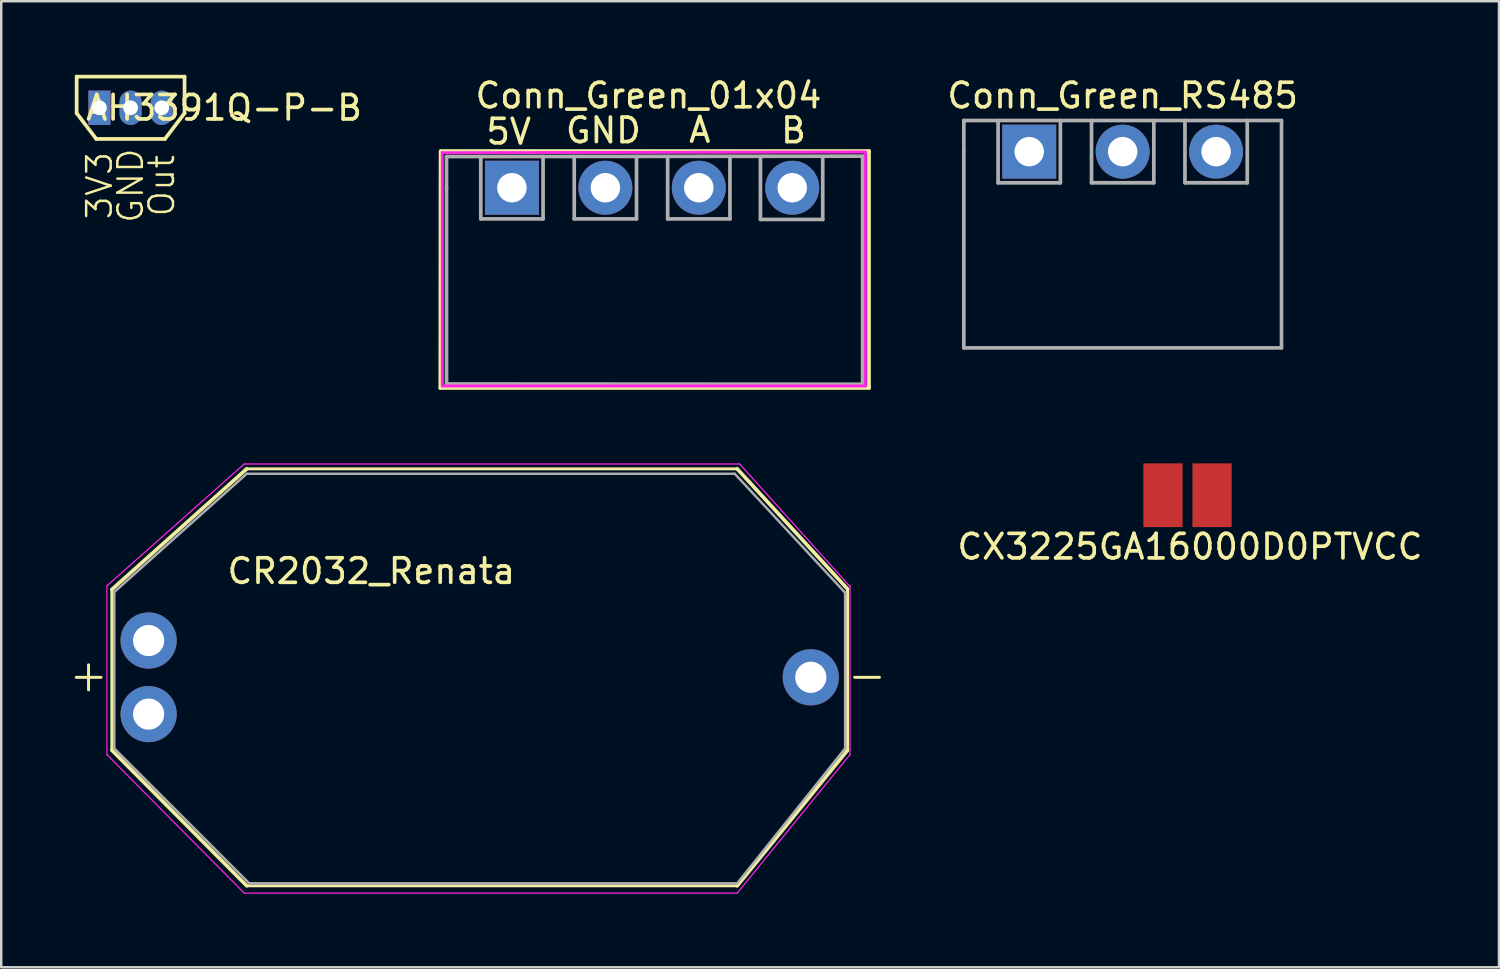
<source format=kicad_pcb>
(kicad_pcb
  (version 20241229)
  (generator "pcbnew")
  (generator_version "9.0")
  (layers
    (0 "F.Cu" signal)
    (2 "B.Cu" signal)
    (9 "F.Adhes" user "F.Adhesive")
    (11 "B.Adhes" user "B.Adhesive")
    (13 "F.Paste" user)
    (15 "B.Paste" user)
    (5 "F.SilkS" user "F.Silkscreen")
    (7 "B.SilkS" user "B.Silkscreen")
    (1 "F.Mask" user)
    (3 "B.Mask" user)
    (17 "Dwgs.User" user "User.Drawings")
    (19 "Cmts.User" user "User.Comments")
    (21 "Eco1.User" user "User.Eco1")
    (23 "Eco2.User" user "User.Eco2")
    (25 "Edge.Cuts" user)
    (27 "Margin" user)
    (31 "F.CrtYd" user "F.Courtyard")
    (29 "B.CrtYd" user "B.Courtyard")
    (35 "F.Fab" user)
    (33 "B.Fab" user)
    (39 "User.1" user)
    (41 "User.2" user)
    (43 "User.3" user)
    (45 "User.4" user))
  (footprint "CX3225GA16000D0PTVCC"
    (layer "F.Cu")
    (at 45.371 17.143)
    (property "Reference" "CX3225GA16000D0PTVCC" (at 0.1 2.1 0) (layer "F.SilkS") (effects (font (size 1 1) (thickness 0.15))))
    (attr through_hole)
    (pad "1" smd rect (at -1 0) (size 1.6 2.6) (layers "F.Cu" "F.Mask" "F.Paste"))
    (pad "2" smd rect (at 1 0) (size 1.6 2.6) (layers "F.Cu" "F.Mask" "F.Paste")))
  (footprint "Conn_Green_01x04"
    (layer "F.Cu")
    (at 21.634 4.478)
    (property "Reference" "Conn_Green_01x04" (at 1.76 -3.63 0) (layer "F.SilkS") (effects (font (size 1 1) (thickness 0.15))))
    (attr through_hole)
    (fp_line (start -6.73 8.29) (end -6.72 -1.36) (stroke (width 0.15) (type solid)) (layer "F.SilkS"))
    (fp_line (start -6.71 -1.37) (end 10.75 -1.37) (stroke (width 0.15) (type solid)) (layer "F.SilkS"))
    (fp_line (start 10.75 -1.37) (end 10.75 8.29) (stroke (width 0.15) (type solid)) (layer "F.SilkS"))
    (fp_line (start 10.75 8.29) (end -6.73 8.29) (stroke (width 0.15) (type solid)) (layer "F.SilkS"))
    (fp_line (start -6.65 -1.3) (end 10.6 -1.33) (stroke (width 0.12) (type solid)) (layer "F.CrtYd"))
    (fp_line (start -6.65 8.21) (end -6.65 -1.3) (stroke (width 0.12) (type solid)) (layer "F.CrtYd"))
    (fp_line (start 10.6 -1.32) (end 10.6 8.21) (stroke (width 0.12) (type solid)) (layer "F.CrtYd"))
    (fp_line (start 10.6 8.21) (end -6.65 8.21) (stroke (width 0.12) (type solid)) (layer "F.CrtYd"))
    (fp_line (start -6.477 -1.143) (end 10.49 -1.16) (stroke (width 0.15) (type solid)) (layer "F.Fab"))
    (fp_line (start -6.477 0.127) (end -6.477 -1.143) (stroke (width 0.15) (type solid)) (layer "F.Fab"))
    (fp_line (start -6.477 0.127) (end -6.477 8.128) (stroke (width 0.15) (type solid)) (layer "F.Fab"))
    (fp_line (start -5.08 -1.143) (end -5.08 1.397) (stroke (width 0.15) (type solid)) (layer "F.Fab"))
    (fp_line (start -5.08 1.397) (end -2.54 1.397) (stroke (width 0.15) (type solid)) (layer "F.Fab"))
    (fp_line (start -2.54 1.397) (end -2.54 -1.143) (stroke (width 0.15) (type solid)) (layer "F.Fab"))
    (fp_line (start -1.27 -1.143) (end -1.27 1.397) (stroke (width 0.15) (type solid)) (layer "F.Fab"))
    (fp_line (start -1.27 1.397) (end 1.27 1.397) (stroke (width 0.15) (type solid)) (layer "F.Fab"))
    (fp_line (start 1.27 1.397) (end 1.27 -1.143) (stroke (width 0.15) (type solid)) (layer "F.Fab"))
    (fp_line (start 2.54 -1.143) (end 2.54 1.397) (stroke (width 0.15) (type solid)) (layer "F.Fab"))
    (fp_line (start 2.54 1.397) (end 5.08 1.397) (stroke (width 0.15) (type solid)) (layer "F.Fab"))
    (fp_line (start 5.08 1.397) (end 5.08 -1.143) (stroke (width 0.15) (type solid)) (layer "F.Fab"))
    (fp_line (start 6.323 -1.12) (end 6.323 1.42) (stroke (width 0.15) (type solid)) (layer "F.Fab"))
    (fp_line (start 6.323 1.42) (end 8.863 1.42) (stroke (width 0.15) (type solid)) (layer "F.Fab"))
    (fp_line (start 8.863 1.42) (end 8.863 -1.12) (stroke (width 0.15) (type solid)) (layer "F.Fab"))
    (fp_line (start 10.48 8.14) (end -6.477 8.128) (stroke (width 0.15) (type solid)) (layer "F.Fab"))
    (fp_line (start 10.49 -1.161) (end 10.49 8.11) (stroke (width 0.15) (type solid)) (layer "F.Fab"))
    (fp_text user "5V" (at -3.94 -2.16 0) (layer "F.SilkS") (effects (font (size 1 1) (thickness 0.15))))
    (fp_text user "A" (at 3.85 -2.23 0) (layer "F.SilkS") (effects (font (size 1 1) (thickness 0.15))))
    (fp_text user "GND" (at -0.08 -2.21 0) (layer "F.SilkS") (effects (font (size 1 1) (thickness 0.15))))
    (fp_text user "B" (at 7.67 -2.21 0) (layer "F.SilkS") (effects (font (size 1 1) (thickness 0.15))))
    (pad "1" thru_hole rect (at -3.81 0.127) (size 2.2 2.2) (drill 1.2) (layers "*.Cu" "*.Mask"))
    (pad "2" thru_hole circle (at 0 0.127) (size 2.2 2.2) (drill 1.2) (layers "*.Cu" "*.Mask"))
    (pad "3" thru_hole circle (at 3.81 0.127) (size 2.2 2.2) (drill 1.2) (layers "*.Cu" "*.Mask"))
    (pad "4" thru_hole circle (at 7.62 0.127) (size 2.2 2.2) (drill 1.2) (layers "*.Cu" "*.Mask")))
  (footprint "CR2032_Renata"
    (layer "F.Cu")
    (at 7.01 26.068)
    (property "Reference" "CR2032_Renata" (at 5.08 -5.83 0) (layer "F.SilkS") (effects (font (size 1 1) (thickness 0.15))))
    (attr through_hole)
    (fp_line (start -6.95 -1.5) (end -5.94 -1.5) (stroke (width 0.12) (type solid)) (layer "F.SilkS"))
    (fp_line (start -6.45 -0.99) (end -6.45 -2.01) (stroke (width 0.12) (type solid)) (layer "F.SilkS"))
    (fp_line (start -5.5 -5.08) (end 0 -10) (stroke (width 0.15) (type solid)) (layer "F.SilkS"))
    (fp_line (start -5.5 1.47) (end -5.5 -5.08) (stroke (width 0.12) (type solid)) (layer "F.SilkS"))
    (fp_line (start 0 7) (end -5.5 1.47) (stroke (width 0.15) (type solid)) (layer "F.SilkS"))
    (fp_line (start 20 -10) (end 0 -10) (stroke (width 0.12) (type solid)) (layer "F.SilkS"))
    (fp_line (start 20 -10) (end 24.5 -5.1) (stroke (width 0.15) (type solid)) (layer "F.SilkS"))
    (fp_line (start 20 7) (end 0 7) (stroke (width 0.12) (type solid)) (layer "F.SilkS"))
    (fp_line (start 20 7) (end 24.5 1.47) (stroke (width 0.15) (type solid)) (layer "F.SilkS"))
    (fp_line (start 24.5 -5.08) (end 24.5 1.47) (stroke (width 0.12) (type solid)) (layer "F.SilkS"))
    (fp_line (start 24.79 -1.5) (end 25.8 -1.5) (stroke (width 0.12) (type solid)) (layer "F.SilkS"))
    (fp_line (start -5.7 -5.23) (end -5.7 1.65) (stroke (width 0.05) (type solid)) (layer "F.CrtYd"))
    (fp_line (start -5.7 -5.23) (end -0.1 -10.2) (stroke (width 0.05) (type solid)) (layer "F.CrtYd"))
    (fp_line (start -0.1 -10.2) (end 20.1 -10.2) (stroke (width 0.05) (type solid)) (layer "F.CrtYd"))
    (fp_line (start -0.1 7.3) (end -5.7 1.65) (stroke (width 0.05) (type solid)) (layer "F.CrtYd"))
    (fp_line (start 20 7.3) (end -0.1 7.3) (stroke (width 0.05) (type solid)) (layer "F.CrtYd"))
    (fp_line (start 20.1 -10.2) (end 24.6 -5.2) (stroke (width 0.05) (type solid)) (layer "F.CrtYd"))
    (fp_line (start 24.6 1.65) (end 20 7.3) (stroke (width 0.05) (type solid)) (layer "F.CrtYd"))
    (fp_line (start 24.6 1.65) (end 24.6 -5.23) (stroke (width 0.05) (type solid)) (layer "F.CrtYd"))
    (fp_line (start -5.4 -4.98) (end 0 -9.8) (stroke (width 0.1) (type solid)) (layer "F.Fab"))
    (fp_line (start -5.4 -4.95) (end -5.4 1.4) (stroke (width 0.1) (type solid)) (layer "F.Fab"))
    (fp_line (start -5.4 1.4) (end 0.1 6.9) (stroke (width 0.1) (type solid)) (layer "F.Fab"))
    (fp_line (start 0 -9.8) (end 19.9 -9.8) (stroke (width 0.1) (type solid)) (layer "F.Fab"))
    (fp_line (start 0.1 6.9) (end 20 6.9) (stroke (width 0.1) (type solid)) (layer "F.Fab"))
    (fp_line (start 19.9 -9.8) (end 24.4 -4.95) (stroke (width 0.1) (type solid)) (layer "F.Fab"))
    (fp_line (start 20 6.9) (end 24.4 1.4) (stroke (width 0.1) (type solid)) (layer "F.Fab"))
    (fp_line (start 24.4 1.4) (end 24.4 -4.95) (stroke (width 0.1) (type solid)) (layer "F.Fab"))
    (pad "1" thru_hole circle (at -4 -3) (size 2.29 2.29) (drill 1.27) (layers "*.Cu" "*.Mask"))
    (pad "1" thru_hole circle (at -4 0) (size 2.29 2.29) (drill 1.27) (layers "*.Cu" "*.Mask"))
    (pad "2" thru_hole circle (at 23 -1.5) (size 2.29 2.29) (drill 1.27) (layers "*.Cu" "*.Mask")))
  (footprint "AH3391Q-P-B"
    (layer "F.Cu")
    (at 2.275 1.345)
    (property "Reference" "AH3391Q-P-B" (at 3.81 0 0) (layer "F.SilkS") (effects (font (size 1 1) (thickness 0.15))))
    (attr through_hole)
    (fp_line (start -2.2 -1.27) (end 2.2 -1.27) (stroke (width 0.15) (type solid)) (layer "F.SilkS"))
    (fp_line (start -2.2 0.22) (end -2.2 -1.27) (stroke (width 0.15) (type solid)) (layer "F.SilkS"))
    (fp_line (start -2.2 0.22) (end -1.4 1.27) (stroke (width 0.15) (type solid)) (layer "F.SilkS"))
    (fp_line (start -1.4 1.27) (end 1.4 1.27) (stroke (width 0.15) (type solid)) (layer "F.SilkS"))
    (fp_line (start 2.2 0.22) (end 1.4 1.27) (stroke (width 0.15) (type solid)) (layer "F.SilkS"))
    (fp_line (start 2.2 0.22) (end 2.2 -1.27) (stroke (width 0.15) (type solid)) (layer "F.SilkS"))
    (fp_text user "Out" (at 1.27 3.175 90) (layer "F.SilkS") (effects (font (size 1 1) (thickness 0.1))))
    (fp_text user "GND" (at 0 3.175 90) (layer "F.SilkS") (effects (font (size 1 1) (thickness 0.1))))
    (fp_text user "3V3" (at -1.27 3.175 90) (layer "F.SilkS") (effects (font (size 1 1) (thickness 0.1))))
    (pad "1" thru_hole rect (at -1.27 0) (size 0.9 1.4) (drill 0.6) (layers "*.Cu" "*.Mask"))
    (pad "2" thru_hole oval (at 0 0) (size 0.9 1.4) (drill 0.6) (layers "*.Cu" "*.Mask"))
    (pad "3" thru_hole oval (at 1.27 0) (size 0.9 1.4) (drill 0.6) (layers "*.Cu" "*.Mask")))
  (footprint "Conn_Green_RS485"
    (layer "F.Cu")
    (at 42.727 3.007)
    (property "Reference" "Conn_Green_RS485" (at 0 -2.159 0) (layer "F.SilkS") (effects (font (size 1 1) (thickness 0.15))))
    (attr through_hole)
    (fp_line (start -6.477 -1.143) (end 6.477 -1.143) (stroke (width 0.15) (type solid)) (layer "F.Fab"))
    (fp_line (start -6.477 0.127) (end -6.477 -1.143) (stroke (width 0.15) (type solid)) (layer "F.Fab"))
    (fp_line (start -6.477 0.127) (end -6.477 8.128) (stroke (width 0.15) (type solid)) (layer "F.Fab"))
    (fp_line (start -5.08 -1.143) (end -5.08 1.397) (stroke (width 0.15) (type solid)) (layer "F.Fab"))
    (fp_line (start -5.08 1.397) (end -2.54 1.397) (stroke (width 0.15) (type solid)) (layer "F.Fab"))
    (fp_line (start -2.54 1.397) (end -2.54 -1.143) (stroke (width 0.15) (type solid)) (layer "F.Fab"))
    (fp_line (start -1.27 -1.143) (end -1.27 1.397) (stroke (width 0.15) (type solid)) (layer "F.Fab"))
    (fp_line (start -1.27 1.397) (end 1.27 1.397) (stroke (width 0.15) (type solid)) (layer "F.Fab"))
    (fp_line (start 1.27 1.397) (end 1.27 -1.143) (stroke (width 0.15) (type solid)) (layer "F.Fab"))
    (fp_line (start 2.54 -1.143) (end 2.54 1.397) (stroke (width 0.15) (type solid)) (layer "F.Fab"))
    (fp_line (start 2.54 1.397) (end 5.08 1.397) (stroke (width 0.15) (type solid)) (layer "F.Fab"))
    (fp_line (start 5.08 1.397) (end 5.08 -1.143) (stroke (width 0.15) (type solid)) (layer "F.Fab"))
    (fp_line (start 6.477 -1.143) (end 6.477 8.128) (stroke (width 0.15) (type solid)) (layer "F.Fab"))
    (fp_line (start 6.477 8.128) (end -6.477 8.128) (stroke (width 0.15) (type solid)) (layer "F.Fab"))
    (pad "1" thru_hole rect (at -3.81 0.127) (size 2.2 2.2) (drill 1.2) (layers "*.Cu" "*.Mask"))
    (pad "2" thru_hole circle (at 0 0.127) (size 2.2 2.2) (drill 1.2) (layers "*.Cu" "*.Mask"))
    (pad "3" thru_hole circle (at 3.81 0.127) (size 2.2 2.2) (drill 1.2) (layers "*.Cu" "*.Mask")))
  (gr_rect
    (start -3 -3)
    (end 58.072 36.393)
    (stroke (width 0.1) (type default))
    (fill no)
    (layer "Edge.Cuts")))
</source>
